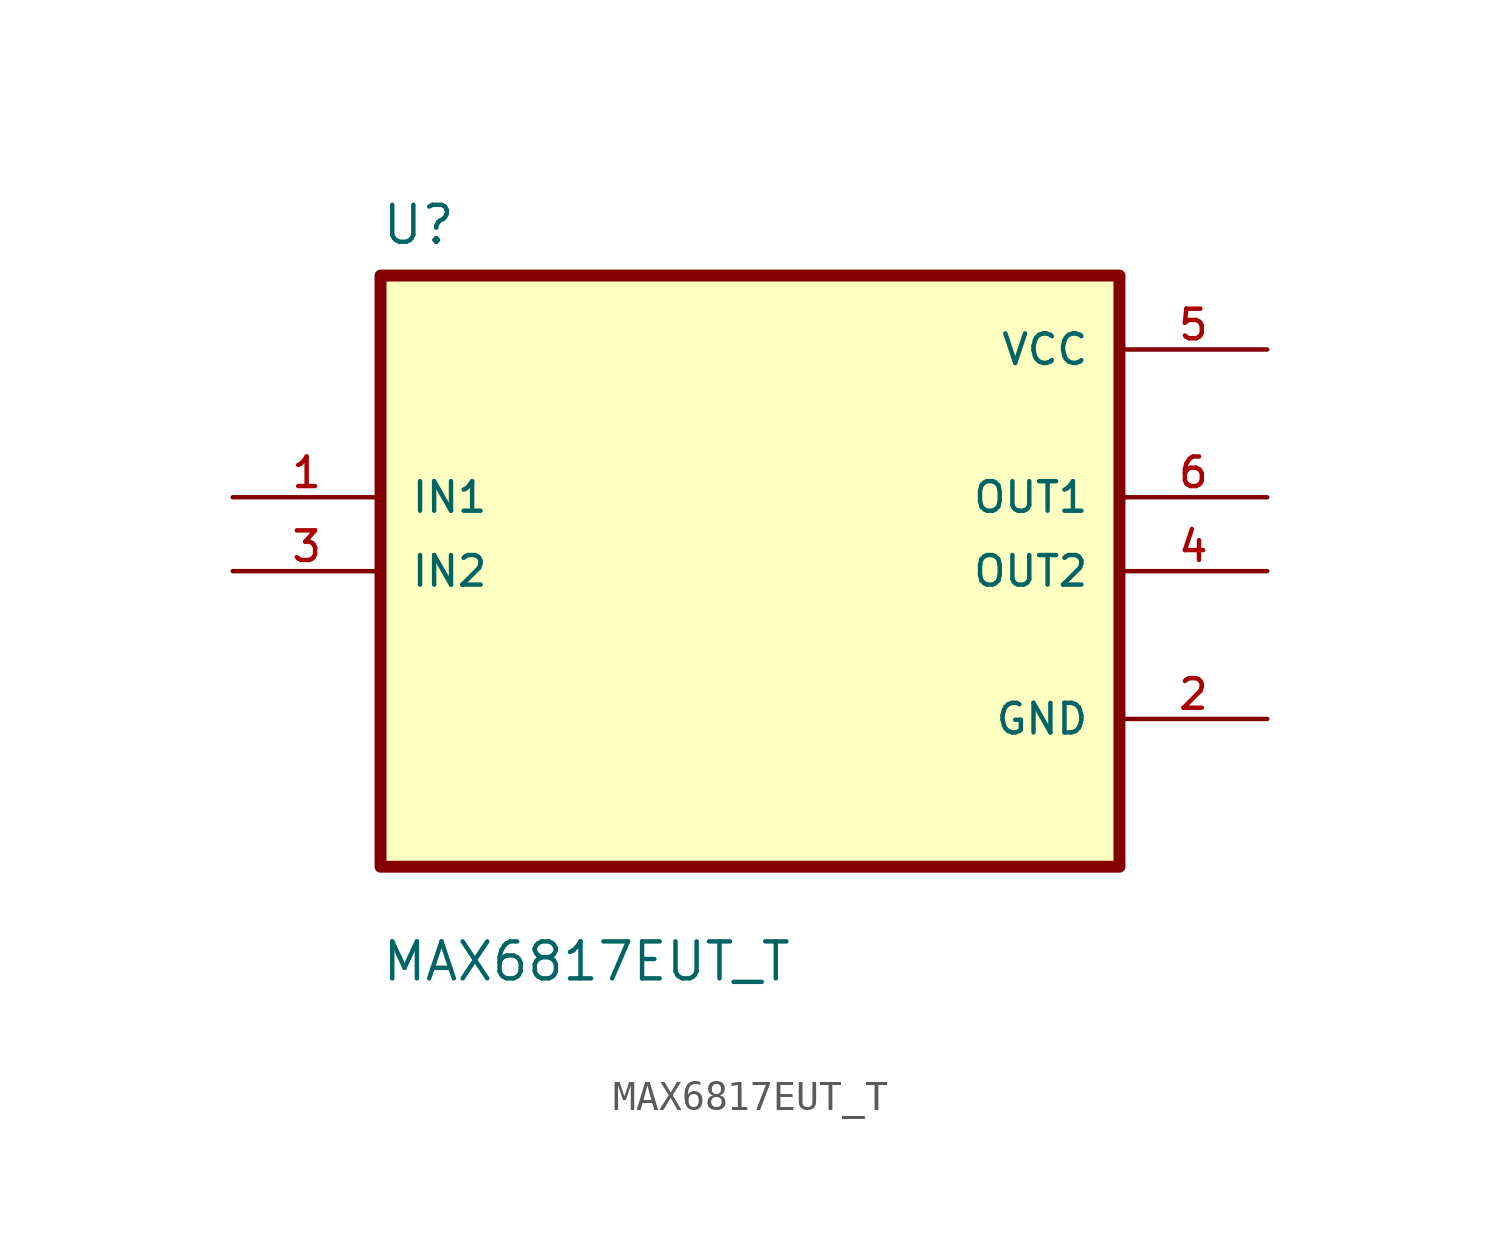
<source format=kicad_sym>
(kicad_symbol_lib
  (version 20211014)
  (generator kicad_symbol_editor)
  (symbol "MAX6817EUT_T"
    (pin_names
      (offset 1.016))
    (property "Reference" "U"
      (at -12.7 11.16 0.0)
      (effects (font (size 1.27 1.27)) (justify bottom left)))
    (property "Value" "MAX6817EUT_T"
      (at -12.7 -14.16 0.0)
      (effects (font (size 1.27 1.27)) (justify bottom left)))
    (symbol "MAX6817EUT_T_0_0"
      (rectangle (start -12.7 -10.16) (end 12.7 10.16) (stroke (width 0.41)) (fill (type background)))
      (pin input line (at -17.78 2.54 0) (length 5.08) (name "IN1" (effects (font (size 1.016 1.016)))) (number "1" (effects (font (size 1.016 1.016)))))
      (pin input line (at -17.78 0.0 0) (length 5.08) (name "IN2" (effects (font (size 1.016 1.016)))) (number "3" (effects (font (size 1.016 1.016)))))
      (pin power_in line (at 17.78 7.62 180.0) (length 5.08) (name "VCC" (effects (font (size 1.016 1.016)))) (number "5" (effects (font (size 1.016 1.016)))))
      (pin output line (at 17.78 2.54 180.0) (length 5.08) (name "OUT1" (effects (font (size 1.016 1.016)))) (number "6" (effects (font (size 1.016 1.016)))))
      (pin output line (at 17.78 0.0 180.0) (length 5.08) (name "OUT2" (effects (font (size 1.016 1.016)))) (number "4" (effects (font (size 1.016 1.016)))))
      (pin power_in line (at 17.78 -5.08 180.0) (length 5.08) (name "GND" (effects (font (size 1.016 1.016)))) (number "2" (effects (font (size 1.016 1.016))))))))
</source>
